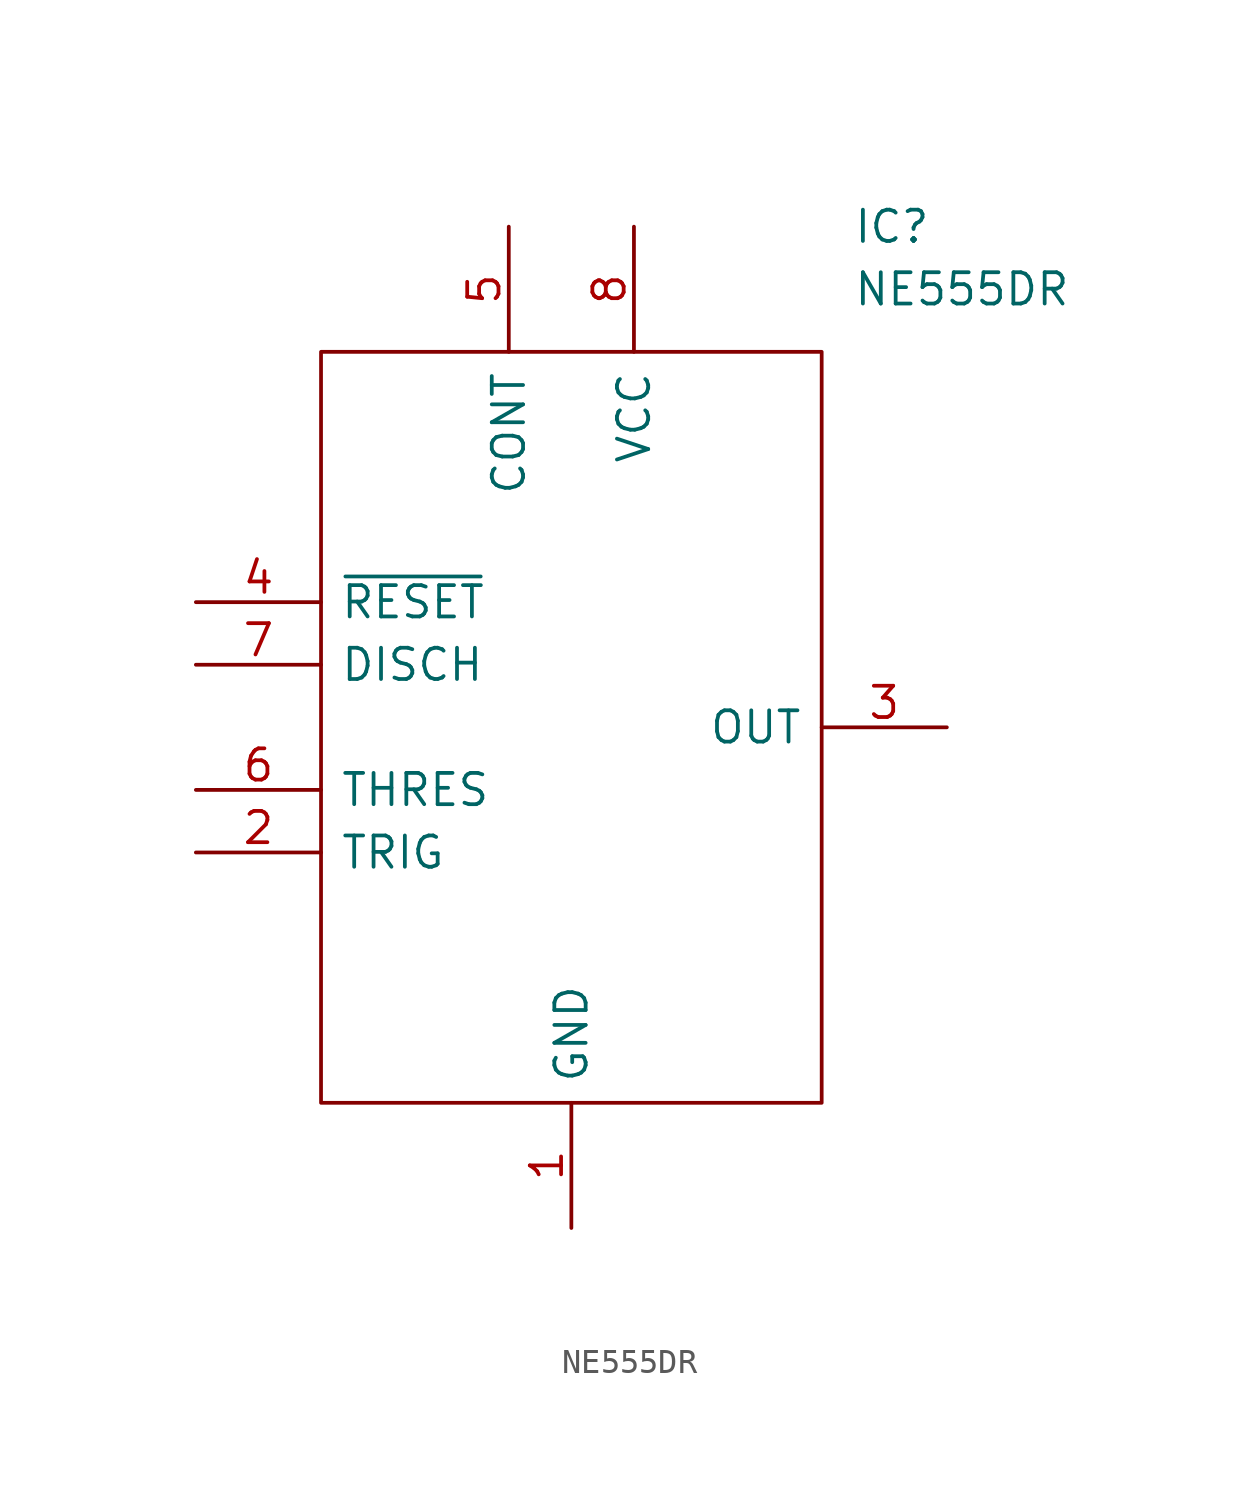
<source format=kicad_sym>
(kicad_symbol_lib
  (version 20211014)
  (generator kicad_symbol_editor)
  (symbol "NE555DR"
    (pin_names
      (offset 0.762))
    (property "Reference" "IC"
      (at 26.67 15.24 0)
      (effects (font (size 1.27 1.27)) (justify left)))
    (property "Value" "NE555DR"
      (at 26.67 12.7 0)
      (effects (font (size 1.27 1.27)) (justify left)))
    (symbol "NE555DR_0_0"
      (pin bidirectional line (at 15.24 -25.4 90) (length 5.08) (name "GND" (effects (font (size 1.27 1.27)))) (number "1" (effects (font (size 1.27 1.27)))))
      (pin bidirectional line (at 0 -10.16 0) (length 5.08) (name "TRIG" (effects (font (size 1.27 1.27)))) (number "2" (effects (font (size 1.27 1.27)))))
      (pin bidirectional line (at 30.48 -5.08 180) (length 5.08) (name "OUT" (effects (font (size 1.27 1.27)))) (number "3" (effects (font (size 1.27 1.27)))))
      (pin bidirectional line (at 0 0 0) (length 5.08) (name "~{RESET}" (effects (font (size 1.27 1.27)))) (number "4" (effects (font (size 1.27 1.27)))))
      (pin bidirectional line (at 12.7 15.24 270) (length 5.08) (name "CONT" (effects (font (size 1.27 1.27)))) (number "5" (effects (font (size 1.27 1.27)))))
      (pin bidirectional line (at 0 -7.62 0) (length 5.08) (name "THRES" (effects (font (size 1.27 1.27)))) (number "6" (effects (font (size 1.27 1.27)))))
      (pin bidirectional line (at 0 -2.54 0) (length 5.08) (name "DISCH" (effects (font (size 1.27 1.27)))) (number "7" (effects (font (size 1.27 1.27)))))
      (pin bidirectional line (at 17.78 15.24 270) (length 5.08) (name "VCC" (effects (font (size 1.27 1.27)))) (number "8" (effects (font (size 1.27 1.27))))))
    (symbol "NE555DR_0_1"
      (polyline (pts (xy 5.08 10.16) (xy 25.4 10.16) (xy 25.4 -20.32) (xy 5.08 -20.32) (xy 5.08 10.16)) (stroke (width 0.152) (type default) (color 0 0 0 0)) (fill (type none))))))
</source>
